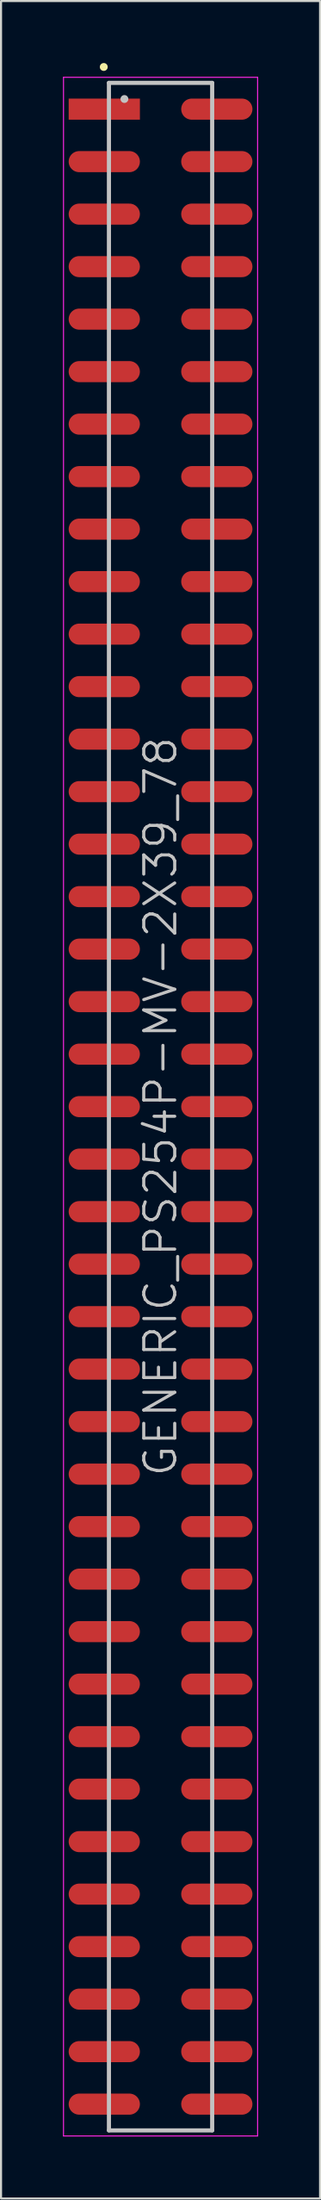
<source format=kicad_pcb>
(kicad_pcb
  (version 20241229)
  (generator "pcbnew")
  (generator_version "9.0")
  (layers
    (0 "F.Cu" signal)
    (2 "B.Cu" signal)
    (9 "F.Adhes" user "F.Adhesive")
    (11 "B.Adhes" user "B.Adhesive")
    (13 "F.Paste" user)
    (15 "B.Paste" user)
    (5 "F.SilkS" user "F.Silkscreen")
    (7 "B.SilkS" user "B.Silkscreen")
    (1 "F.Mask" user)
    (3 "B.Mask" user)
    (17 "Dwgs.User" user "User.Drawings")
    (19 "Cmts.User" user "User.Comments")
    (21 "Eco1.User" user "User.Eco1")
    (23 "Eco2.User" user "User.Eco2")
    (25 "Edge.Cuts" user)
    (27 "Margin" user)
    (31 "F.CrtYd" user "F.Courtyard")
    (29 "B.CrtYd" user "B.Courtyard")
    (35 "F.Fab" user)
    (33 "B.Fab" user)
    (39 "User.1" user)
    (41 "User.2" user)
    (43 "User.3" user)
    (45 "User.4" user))
  (footprint "GENERIC_PS254P-MV-2X39_78"
    (layer "F.Cu")
    (at 4.725 50.49)
    (property "Reference" "GENERIC_PS254P-MV-2X39_78" (at 0 0 90) (layer "Dwgs.User") (effects (font (size 1.5 1.5) (thickness 0.15))))
    (attr smd)
    (fp_line (start -2.75 -50.3) (end -2.75 -50.3) (stroke (width 0.381) (type solid)) (layer "F.SilkS"))
    (fp_line (start -2.5 -49.53) (end -2.5 49.53) (stroke (width 0.2) (type solid)) (layer "Dwgs.User"))
    (fp_line (start -2.5 -49.53) (end 2.5 -49.53) (stroke (width 0.2) (type solid)) (layer "Dwgs.User"))
    (fp_line (start -2.5 49.53) (end 2.5 49.53) (stroke (width 0.2) (type solid)) (layer "Dwgs.User"))
    (fp_line (start -1.75 -48.75) (end -1.75 -48.75) (stroke (width 0.381) (type solid)) (layer "Dwgs.User"))
    (fp_line (start 2.5 -49.53) (end 2.5 49.53) (stroke (width 0.2) (type solid)) (layer "Dwgs.User"))
    (fp_line (start -4.7 -49.8) (end -4.7 49.8) (stroke (width 0.05) (type solid)) (layer "F.CrtYd"))
    (fp_line (start -4.7 -49.8) (end 4.7 -49.8) (stroke (width 0.05) (type solid)) (layer "F.CrtYd"))
    (fp_line (start -4.7 49.8) (end 4.7 49.8) (stroke (width 0.05) (type solid)) (layer "F.CrtYd"))
    (fp_line (start 4.7 -49.8) (end 4.7 49.8) (stroke (width 0.05) (type solid)) (layer "F.CrtYd"))
    (pad "1" smd rect (at -2.725 -48.26 270) (size 1.02 3.45) (layers "F.Cu" "F.Mask" "F.Paste"))
    (pad "2" smd oval (at 2.725 -48.26 270) (size 1.02 3.45) (layers "F.Cu" "F.Mask" "F.Paste"))
    (pad "3" smd oval (at -2.725 -45.72 270) (size 1.02 3.45) (layers "F.Cu" "F.Mask" "F.Paste"))
    (pad "4" smd oval (at 2.725 -45.72 270) (size 1.02 3.45) (layers "F.Cu" "F.Mask" "F.Paste"))
    (pad "5" smd oval (at -2.725 -43.18 270) (size 1.02 3.45) (layers "F.Cu" "F.Mask" "F.Paste"))
    (pad "6" smd oval (at 2.725 -43.18 270) (size 1.02 3.45) (layers "F.Cu" "F.Mask" "F.Paste"))
    (pad "7" smd oval (at -2.725 -40.64 270) (size 1.02 3.45) (layers "F.Cu" "F.Mask" "F.Paste"))
    (pad "8" smd oval (at 2.725 -40.64 270) (size 1.02 3.45) (layers "F.Cu" "F.Mask" "F.Paste"))
    (pad "9" smd oval (at -2.725 -38.1 270) (size 1.02 3.45) (layers "F.Cu" "F.Mask" "F.Paste"))
    (pad "10" smd oval (at 2.725 -38.1 270) (size 1.02 3.45) (layers "F.Cu" "F.Mask" "F.Paste"))
    (pad "11" smd oval (at -2.725 -35.56 270) (size 1.02 3.45) (layers "F.Cu" "F.Mask" "F.Paste"))
    (pad "12" smd oval (at 2.725 -35.56 270) (size 1.02 3.45) (layers "F.Cu" "F.Mask" "F.Paste"))
    (pad "13" smd oval (at -2.725 -33.02 270) (size 1.02 3.45) (layers "F.Cu" "F.Mask" "F.Paste"))
    (pad "14" smd oval (at 2.725 -33.02 270) (size 1.02 3.45) (layers "F.Cu" "F.Mask" "F.Paste"))
    (pad "15" smd oval (at -2.725 -30.48 270) (size 1.02 3.45) (layers "F.Cu" "F.Mask" "F.Paste"))
    (pad "16" smd oval (at 2.725 -30.48 270) (size 1.02 3.45) (layers "F.Cu" "F.Mask" "F.Paste"))
    (pad "17" smd oval (at -2.725 -27.94 270) (size 1.02 3.45) (layers "F.Cu" "F.Mask" "F.Paste"))
    (pad "18" smd oval (at 2.725 -27.94 270) (size 1.02 3.45) (layers "F.Cu" "F.Mask" "F.Paste"))
    (pad "19" smd oval (at -2.725 -25.4 270) (size 1.02 3.45) (layers "F.Cu" "F.Mask" "F.Paste"))
    (pad "20" smd oval (at 2.725 -25.4 270) (size 1.02 3.45) (layers "F.Cu" "F.Mask" "F.Paste"))
    (pad "21" smd oval (at -2.725 -22.86 270) (size 1.02 3.45) (layers "F.Cu" "F.Mask" "F.Paste"))
    (pad "22" smd oval (at 2.725 -22.86 270) (size 1.02 3.45) (layers "F.Cu" "F.Mask" "F.Paste"))
    (pad "23" smd oval (at -2.725 -20.32 270) (size 1.02 3.45) (layers "F.Cu" "F.Mask" "F.Paste"))
    (pad "24" smd oval (at 2.725 -20.32 270) (size 1.02 3.45) (layers "F.Cu" "F.Mask" "F.Paste"))
    (pad "25" smd oval (at -2.725 -17.78 270) (size 1.02 3.45) (layers "F.Cu" "F.Mask" "F.Paste"))
    (pad "26" smd oval (at 2.725 -17.78 270) (size 1.02 3.45) (layers "F.Cu" "F.Mask" "F.Paste"))
    (pad "27" smd oval (at -2.725 -15.24 270) (size 1.02 3.45) (layers "F.Cu" "F.Mask" "F.Paste"))
    (pad "28" smd oval (at 2.725 -15.24 270) (size 1.02 3.45) (layers "F.Cu" "F.Mask" "F.Paste"))
    (pad "29" smd oval (at -2.725 -12.7 270) (size 1.02 3.45) (layers "F.Cu" "F.Mask" "F.Paste"))
    (pad "30" smd oval (at 2.725 -12.7 270) (size 1.02 3.45) (layers "F.Cu" "F.Mask" "F.Paste"))
    (pad "31" smd oval (at -2.725 -10.16 270) (size 1.02 3.45) (layers "F.Cu" "F.Mask" "F.Paste"))
    (pad "32" smd oval (at 2.725 -10.16 270) (size 1.02 3.45) (layers "F.Cu" "F.Mask" "F.Paste"))
    (pad "33" smd oval (at -2.725 -7.62 270) (size 1.02 3.45) (layers "F.Cu" "F.Mask" "F.Paste"))
    (pad "34" smd oval (at 2.725 -7.62 270) (size 1.02 3.45) (layers "F.Cu" "F.Mask" "F.Paste"))
    (pad "35" smd oval (at -2.725 -5.08 270) (size 1.02 3.45) (layers "F.Cu" "F.Mask" "F.Paste"))
    (pad "36" smd oval (at 2.725 -5.08 270) (size 1.02 3.45) (layers "F.Cu" "F.Mask" "F.Paste"))
    (pad "37" smd oval (at -2.725 -2.54 270) (size 1.02 3.45) (layers "F.Cu" "F.Mask" "F.Paste"))
    (pad "38" smd oval (at 2.725 -2.54 270) (size 1.02 3.45) (layers "F.Cu" "F.Mask" "F.Paste"))
    (pad "39" smd oval (at -2.725 0 270) (size 1.02 3.45) (layers "F.Cu" "F.Mask" "F.Paste"))
    (pad "40" smd oval (at 2.725 0 270) (size 1.02 3.45) (layers "F.Cu" "F.Mask" "F.Paste"))
    (pad "41" smd oval (at -2.725 2.54 270) (size 1.02 3.45) (layers "F.Cu" "F.Mask" "F.Paste"))
    (pad "42" smd oval (at 2.725 2.54 270) (size 1.02 3.45) (layers "F.Cu" "F.Mask" "F.Paste"))
    (pad "43" smd oval (at -2.725 5.08 270) (size 1.02 3.45) (layers "F.Cu" "F.Mask" "F.Paste"))
    (pad "44" smd oval (at 2.725 5.08 270) (size 1.02 3.45) (layers "F.Cu" "F.Mask" "F.Paste"))
    (pad "45" smd oval (at -2.725 7.62 270) (size 1.02 3.45) (layers "F.Cu" "F.Mask" "F.Paste"))
    (pad "46" smd oval (at 2.725 7.62 270) (size 1.02 3.45) (layers "F.Cu" "F.Mask" "F.Paste"))
    (pad "47" smd oval (at -2.725 10.16 270) (size 1.02 3.45) (layers "F.Cu" "F.Mask" "F.Paste"))
    (pad "48" smd oval (at 2.725 10.16 270) (size 1.02 3.45) (layers "F.Cu" "F.Mask" "F.Paste"))
    (pad "49" smd oval (at -2.725 12.7 270) (size 1.02 3.45) (layers "F.Cu" "F.Mask" "F.Paste"))
    (pad "50" smd oval (at 2.725 12.7 270) (size 1.02 3.45) (layers "F.Cu" "F.Mask" "F.Paste"))
    (pad "51" smd oval (at -2.725 15.24 270) (size 1.02 3.45) (layers "F.Cu" "F.Mask" "F.Paste"))
    (pad "52" smd oval (at 2.725 15.24 270) (size 1.02 3.45) (layers "F.Cu" "F.Mask" "F.Paste"))
    (pad "53" smd oval (at -2.725 17.78 270) (size 1.02 3.45) (layers "F.Cu" "F.Mask" "F.Paste"))
    (pad "54" smd oval (at 2.725 17.78 270) (size 1.02 3.45) (layers "F.Cu" "F.Mask" "F.Paste"))
    (pad "55" smd oval (at -2.725 20.32 270) (size 1.02 3.45) (layers "F.Cu" "F.Mask" "F.Paste"))
    (pad "56" smd oval (at 2.725 20.32 270) (size 1.02 3.45) (layers "F.Cu" "F.Mask" "F.Paste"))
    (pad "57" smd oval (at -2.725 22.86 270) (size 1.02 3.45) (layers "F.Cu" "F.Mask" "F.Paste"))
    (pad "58" smd oval (at 2.725 22.86 270) (size 1.02 3.45) (layers "F.Cu" "F.Mask" "F.Paste"))
    (pad "59" smd oval (at -2.725 25.4 270) (size 1.02 3.45) (layers "F.Cu" "F.Mask" "F.Paste"))
    (pad "60" smd oval (at 2.725 25.4 270) (size 1.02 3.45) (layers "F.Cu" "F.Mask" "F.Paste"))
    (pad "61" smd oval (at -2.725 27.94 270) (size 1.02 3.45) (layers "F.Cu" "F.Mask" "F.Paste"))
    (pad "62" smd oval (at 2.725 27.94 270) (size 1.02 3.45) (layers "F.Cu" "F.Mask" "F.Paste"))
    (pad "63" smd oval (at -2.725 30.48 270) (size 1.02 3.45) (layers "F.Cu" "F.Mask" "F.Paste"))
    (pad "64" smd oval (at 2.725 30.48 270) (size 1.02 3.45) (layers "F.Cu" "F.Mask" "F.Paste"))
    (pad "65" smd oval (at -2.725 33.02 270) (size 1.02 3.45) (layers "F.Cu" "F.Mask" "F.Paste"))
    (pad "66" smd oval (at 2.725 33.02 270) (size 1.02 3.45) (layers "F.Cu" "F.Mask" "F.Paste"))
    (pad "67" smd oval (at -2.725 35.56 270) (size 1.02 3.45) (layers "F.Cu" "F.Mask" "F.Paste"))
    (pad "68" smd oval (at 2.725 35.56 270) (size 1.02 3.45) (layers "F.Cu" "F.Mask" "F.Paste"))
    (pad "69" smd oval (at -2.725 38.1 270) (size 1.02 3.45) (layers "F.Cu" "F.Mask" "F.Paste"))
    (pad "70" smd oval (at 2.725 38.1 270) (size 1.02 3.45) (layers "F.Cu" "F.Mask" "F.Paste"))
    (pad "71" smd oval (at -2.725 40.64 270) (size 1.02 3.45) (layers "F.Cu" "F.Mask" "F.Paste"))
    (pad "72" smd oval (at 2.725 40.64 270) (size 1.02 3.45) (layers "F.Cu" "F.Mask" "F.Paste"))
    (pad "73" smd oval (at -2.725 43.18 270) (size 1.02 3.45) (layers "F.Cu" "F.Mask" "F.Paste"))
    (pad "74" smd oval (at 2.725 43.18 270) (size 1.02 3.45) (layers "F.Cu" "F.Mask" "F.Paste"))
    (pad "75" smd oval (at -2.725 45.72 270) (size 1.02 3.45) (layers "F.Cu" "F.Mask" "F.Paste"))
    (pad "76" smd oval (at 2.725 45.72 270) (size 1.02 3.45) (layers "F.Cu" "F.Mask" "F.Paste"))
    (pad "77" smd oval (at -2.725 48.26 270) (size 1.02 3.45) (layers "F.Cu" "F.Mask" "F.Paste"))
    (pad "78" smd oval (at 2.725 48.26 270) (size 1.02 3.45) (layers "F.Cu" "F.Mask" "F.Paste")))
  (gr_rect
    (start -3 -3)
    (end 12.45 103.316)
    (stroke (width 0.1) (type default))
    (fill no)
    (layer "Edge.Cuts")))
</source>
